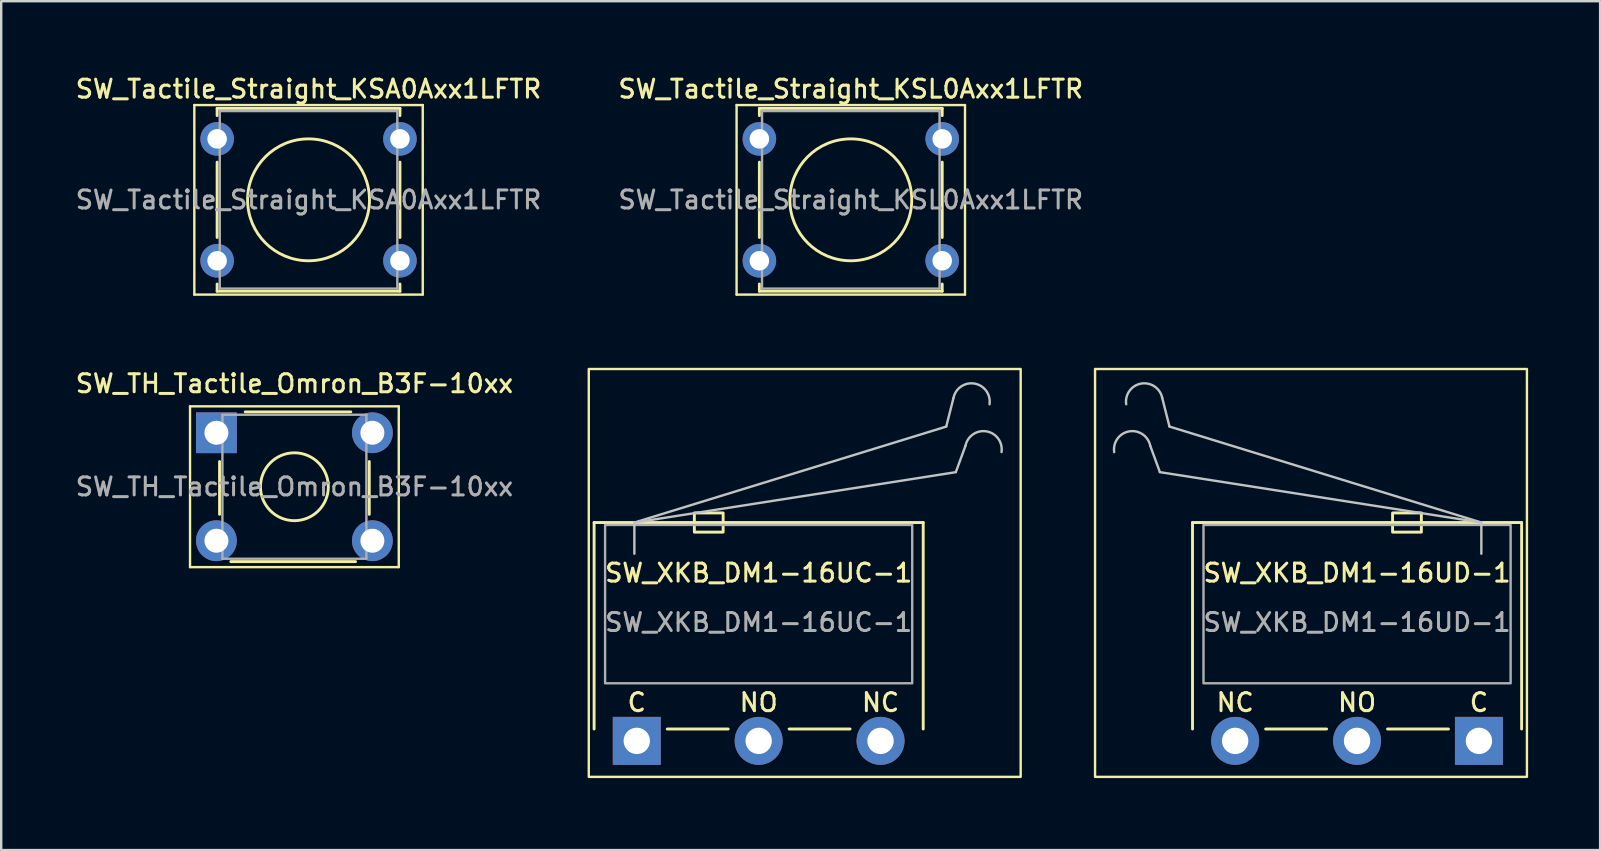
<source format=kicad_pcb>
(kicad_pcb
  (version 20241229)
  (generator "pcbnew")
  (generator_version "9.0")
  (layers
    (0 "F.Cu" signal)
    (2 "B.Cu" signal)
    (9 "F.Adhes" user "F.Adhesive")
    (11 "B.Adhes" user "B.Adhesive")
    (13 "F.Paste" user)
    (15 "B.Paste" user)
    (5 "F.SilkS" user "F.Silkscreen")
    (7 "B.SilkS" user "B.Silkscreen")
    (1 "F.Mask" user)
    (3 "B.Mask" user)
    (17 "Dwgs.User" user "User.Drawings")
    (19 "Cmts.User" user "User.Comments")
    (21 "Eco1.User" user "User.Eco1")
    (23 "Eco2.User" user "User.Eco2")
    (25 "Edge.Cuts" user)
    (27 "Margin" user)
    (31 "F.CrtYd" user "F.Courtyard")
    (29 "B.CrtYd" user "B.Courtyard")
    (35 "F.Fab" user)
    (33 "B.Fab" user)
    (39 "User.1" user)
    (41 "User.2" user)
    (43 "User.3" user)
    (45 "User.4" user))
  (footprint "SW_XKB_DM1-16UD-1"
    (layer "F.Cu")
    (at 58.589 27.828)
    (property "Reference" "SW_XKB_DM1-16UD-1" (at -5.08 -7 0) (unlocked yes) (layer "F.SilkS") (effects (font (size 0.75 0.75) (thickness 0.125))))
    (attr through_hole)
    (fp_line (start -11.938 -9.1) (end -11.938 -0.495) (stroke (width 0.12) (type solid)) (layer "F.SilkS"))
    (fp_line (start -8.89 -0.495) (end -6.35 -0.495) (stroke (width 0.12) (type solid)) (layer "F.SilkS"))
    (fp_line (start -1.27 -0.495) (end -3.81 -0.495) (stroke (width 0.12) (type solid)) (layer "F.SilkS"))
    (fp_line (start 1.778 -9.1) (end -11.938 -9.1) (stroke (width 0.12) (type solid)) (layer "F.SilkS"))
    (fp_line (start 1.778 -0.495) (end 1.778 -9.1) (stroke (width 0.12) (type solid)) (layer "F.SilkS"))
    (fp_rect (start -16 -15.5) (end 2 1.5) (stroke (width 0.1) (type solid)) (fill no) (layer "F.SilkS"))
    (fp_rect (start -3.6 -9.5) (end -2.4 -8.7) (stroke (width 0.12) (type solid)) (fill no) (layer "F.SilkS"))
    (fp_line (start -13.3 -11.208) (end -13.7 -12.3) (stroke (width 0.1) (type default)) (layer "Dwgs.User"))
    (fp_line (start -13.3 -11.2) (end 0.1 -9.1) (stroke (width 0.1) (type default)) (layer "Dwgs.User"))
    (fp_line (start -12.9 -13.108) (end -13.2 -14.292) (stroke (width 0.1) (type default)) (layer "Dwgs.User"))
    (fp_line (start 0.1 -9.1) (end -12.9 -13.1) (stroke (width 0.1) (type solid)) (layer "Dwgs.User"))
    (fp_line (start 0.1 -7.8) (end 0.1 -9.1) (stroke (width 0.1) (type default)) (layer "Dwgs.User"))
    (fp_arc (start -15.201691 -12.036627) (mid -14.57868 -12.897194) (end -13.7 -12.3) (stroke (width 0.1) (type default)) (layer "Dwgs.User"))
    (fp_arc (start -14.701691 -14.028713) (mid -14.07868 -14.88928) (end -13.2 -14.292086) (stroke (width 0.1) (type default)) (layer "Dwgs.User"))
    (fp_rect (start -11.48 -9) (end 1.32 -2.4) (stroke (width 0.1) (type default)) (fill no) (layer "F.Fab"))
    (fp_text user "C" (at 0 -1.6 0) (unlocked yes) (layer "F.SilkS") (effects (font (size 0.75 0.75) (thickness 0.125))))
    (fp_text user "NO" (at -5.08 -1.6 0) (unlocked yes) (layer "F.SilkS") (effects (font (size 0.75 0.75) (thickness 0.125))))
    (fp_text user "NC" (at -10.16 -1.6 0) (unlocked yes) (layer "F.SilkS") (effects (font (size 0.75 0.75) (thickness 0.125))))
    (fp_text user "${REFERENCE}" (at -5.08 -4.94 0) (unlocked yes) (layer "F.Fab") (effects (font (size 0.75 0.75) (thickness 0.125))))
    (pad "1" thru_hole rect (at 0 0) (size 2 2) (drill 1.1) (layers "*.Cu" "*.Mask"))
    (pad "2" thru_hole circle (at -5.08 0) (size 2 2) (drill 1.1) (layers "*.Cu" "*.Mask"))
    (pad "3" thru_hole circle (at -10.16 0) (size 2 2) (drill 1.1) (layers "*.Cu" "*.Mask")))
  (footprint "SW_Tactile_Straight_KSA0Axx1LFTR"
    (layer "F.Cu")
    (at 5.999 2.738)
    (property "Reference" "SW_Tactile_Straight_KSA0Axx1LFTR" (at 3.81 -2.08 0) (layer "F.SilkS") (effects (font (size 0.75 0.75) (thickness 0.125))))
    (attr through_hole)
    (fp_line (start -0.95 -1.41) (end -0.95 6.49) (stroke (width 0.1) (type solid)) (layer "F.SilkS"))
    (fp_line (start -0.95 -1.41) (end 8.57 -1.41) (stroke (width 0.1) (type solid)) (layer "F.SilkS"))
    (fp_line (start 0 -1.27) (end 0 -0.97) (stroke (width 0.12) (type solid)) (layer "F.SilkS"))
    (fp_line (start 0 -1.27) (end 7.62 -1.27) (stroke (width 0.12) (type solid)) (layer "F.SilkS"))
    (fp_line (start 0 0.97) (end 0 4.11) (stroke (width 0.12) (type solid)) (layer "F.SilkS"))
    (fp_line (start 0 6.05) (end 0 6.35) (stroke (width 0.12) (type solid)) (layer "F.SilkS"))
    (fp_line (start 7.62 -1.27) (end 7.62 -0.97) (stroke (width 0.12) (type solid)) (layer "F.SilkS"))
    (fp_line (start 7.62 0.97) (end 7.62 4.11) (stroke (width 0.12) (type solid)) (layer "F.SilkS"))
    (fp_line (start 7.62 6.05) (end 7.62 6.35) (stroke (width 0.12) (type solid)) (layer "F.SilkS"))
    (fp_line (start 7.62 6.35) (end 0 6.35) (stroke (width 0.12) (type solid)) (layer "F.SilkS"))
    (fp_line (start 8.57 6.49) (end -0.95 6.49) (stroke (width 0.1) (type solid)) (layer "F.SilkS"))
    (fp_line (start 8.57 6.49) (end 8.57 -1.41) (stroke (width 0.1) (type solid)) (layer "F.SilkS"))
    (fp_circle (center 3.81 2.54) (end 3.81 0) (stroke (width 0.12) (type solid)) (fill no) (layer "F.SilkS"))
    (fp_line (start 0.11 -1.16) (end 7.51 -1.16) (stroke (width 0.1) (type solid)) (layer "F.Fab"))
    (fp_line (start 0.11 6.24) (end 0.11 -1.16) (stroke (width 0.1) (type solid)) (layer "F.Fab"))
    (fp_line (start 7.51 -1.16) (end 7.51 6.24) (stroke (width 0.1) (type solid)) (layer "F.Fab"))
    (fp_line (start 7.51 6.24) (end 0.11 6.24) (stroke (width 0.1) (type solid)) (layer "F.Fab"))
    (fp_text user "${REFERENCE}" (at 3.81 2.54 0) (layer "F.Fab") (effects (font (size 0.75 0.75) (thickness 0.125))))
    (pad "1" thru_hole circle (at 0 0) (size 1.397 1.397) (drill 0.813) (layers "*.Cu" "*.Mask"))
    (pad "1" thru_hole circle (at 7.62 0) (size 1.397 1.397) (drill 0.813) (layers "*.Cu" "*.Mask"))
    (pad "2" thru_hole circle (at 0 5.08) (size 1.397 1.397) (drill 0.813) (layers "*.Cu" "*.Mask"))
    (pad "2" thru_hole circle (at 7.62 5.08) (size 1.397 1.397) (drill 0.813) (layers "*.Cu" "*.Mask")))
  (footprint "SW_Tactile_Straight_KSL0Axx1LFTR"
    (layer "F.Cu")
    (at 28.599 2.738)
    (property "Reference" "SW_Tactile_Straight_KSL0Axx1LFTR" (at 3.81 -2.08 0) (layer "F.SilkS") (effects (font (size 0.75 0.75) (thickness 0.125))))
    (attr through_hole)
    (fp_line (start -0.95 -1.41) (end -0.95 6.49) (stroke (width 0.1) (type solid)) (layer "F.SilkS"))
    (fp_line (start -0.95 -1.41) (end 8.57 -1.41) (stroke (width 0.1) (type solid)) (layer "F.SilkS"))
    (fp_line (start 0 -1.27) (end 0 -0.97) (stroke (width 0.12) (type solid)) (layer "F.SilkS"))
    (fp_line (start 0 -1.27) (end 7.62 -1.27) (stroke (width 0.12) (type solid)) (layer "F.SilkS"))
    (fp_line (start 0 0.97) (end 0 4.11) (stroke (width 0.12) (type solid)) (layer "F.SilkS"))
    (fp_line (start 0 6.05) (end 0 6.35) (stroke (width 0.12) (type solid)) (layer "F.SilkS"))
    (fp_line (start 7.62 -1.27) (end 7.62 -0.97) (stroke (width 0.12) (type solid)) (layer "F.SilkS"))
    (fp_line (start 7.62 0.97) (end 7.62 4.11) (stroke (width 0.12) (type solid)) (layer "F.SilkS"))
    (fp_line (start 7.62 6.05) (end 7.62 6.35) (stroke (width 0.12) (type solid)) (layer "F.SilkS"))
    (fp_line (start 7.62 6.35) (end 0 6.35) (stroke (width 0.12) (type solid)) (layer "F.SilkS"))
    (fp_line (start 8.57 6.49) (end -0.95 6.49) (stroke (width 0.1) (type solid)) (layer "F.SilkS"))
    (fp_line (start 8.57 6.49) (end 8.57 -1.41) (stroke (width 0.1) (type solid)) (layer "F.SilkS"))
    (fp_circle (center 3.81 2.54) (end 3.81 0) (stroke (width 0.12) (type solid)) (fill no) (layer "F.SilkS"))
    (fp_line (start 0.11 -1.16) (end 7.51 -1.16) (stroke (width 0.1) (type solid)) (layer "F.Fab"))
    (fp_line (start 0.11 6.24) (end 0.11 -1.16) (stroke (width 0.1) (type solid)) (layer "F.Fab"))
    (fp_line (start 7.51 -1.16) (end 7.51 6.24) (stroke (width 0.1) (type solid)) (layer "F.Fab"))
    (fp_line (start 7.51 6.24) (end 0.11 6.24) (stroke (width 0.1) (type solid)) (layer "F.Fab"))
    (fp_text user "${REFERENCE}" (at 3.81 2.54 0) (layer "F.Fab") (effects (font (size 0.75 0.75) (thickness 0.125))))
    (pad "1" thru_hole circle (at 0 0) (size 1.397 1.397) (drill 0.813) (layers "*.Cu" "*.Mask"))
    (pad "1" thru_hole circle (at 7.62 0) (size 1.397 1.397) (drill 0.813) (layers "*.Cu" "*.Mask"))
    (pad "2" thru_hole circle (at 0 5.08) (size 1.397 1.397) (drill 0.813) (layers "*.Cu" "*.Mask"))
    (pad "2" thru_hole circle (at 7.62 5.08) (size 1.397 1.397) (drill 0.813) (layers "*.Cu" "*.Mask")))
  (footprint "SW_XKB_DM1-16UC-1"
    (layer "F.Cu")
    (at 23.489 27.828)
    (property "Reference" "SW_XKB_DM1-16UC-1" (at 5.08 -7 0) (unlocked yes) (layer "F.SilkS") (effects (font (size 0.75 0.75) (thickness 0.125))))
    (attr through_hole)
    (fp_line (start -1.778 -9.1) (end -1.778 -0.495) (stroke (width 0.12) (type solid)) (layer "F.SilkS"))
    (fp_line (start 1.27 -0.495) (end 3.81 -0.495) (stroke (width 0.12) (type solid)) (layer "F.SilkS"))
    (fp_line (start 8.89 -0.495) (end 6.35 -0.495) (stroke (width 0.12) (type solid)) (layer "F.SilkS"))
    (fp_line (start 11.938 -9.1) (end -1.778 -9.1) (stroke (width 0.12) (type solid)) (layer "F.SilkS"))
    (fp_line (start 11.938 -0.495) (end 11.938 -9.1) (stroke (width 0.12) (type solid)) (layer "F.SilkS"))
    (fp_rect (start -2 -15.5) (end 16 1.5) (stroke (width 0.1) (type solid)) (fill no) (layer "F.SilkS"))
    (fp_rect (start 3.6 -9.5) (end 2.4 -8.7) (stroke (width 0.12) (type solid)) (fill no) (layer "F.SilkS"))
    (fp_line (start -0.1 -9.1) (end 12.9 -13.1) (stroke (width 0.1) (type solid)) (layer "Dwgs.User"))
    (fp_line (start -0.1 -7.8) (end -0.1 -9.1) (stroke (width 0.1) (type default)) (layer "Dwgs.User"))
    (fp_line (start 12.9 -13.108) (end 13.2 -14.292) (stroke (width 0.1) (type default)) (layer "Dwgs.User"))
    (fp_line (start 13.3 -11.208) (end 13.7 -12.3) (stroke (width 0.1) (type default)) (layer "Dwgs.User"))
    (fp_line (start 13.3 -11.2) (end -0.1 -9.1) (stroke (width 0.1) (type default)) (layer "Dwgs.User"))
    (fp_arc (start 13.2 -14.292086) (mid 14.07868 -14.889279) (end 14.701691 -14.028713) (stroke (width 0.1) (type default)) (layer "Dwgs.User"))
    (fp_arc (start 13.7 -12.3) (mid 14.57868 -12.897193) (end 15.201691 -12.036627) (stroke (width 0.1) (type default)) (layer "Dwgs.User"))
    (fp_rect (start -1.32 -9) (end 11.48 -2.4) (stroke (width 0.1) (type default)) (fill no) (layer "F.Fab"))
    (fp_text user "NO" (at 5.08 -1.6 0) (unlocked yes) (layer "F.SilkS") (effects (font (size 0.75 0.75) (thickness 0.125))))
    (fp_text user "NC" (at 10.16 -1.6 0) (unlocked yes) (layer "F.SilkS") (effects (font (size 0.75 0.75) (thickness 0.125))))
    (fp_text user "C" (at 0 -1.6 0) (unlocked yes) (layer "F.SilkS") (effects (font (size 0.75 0.75) (thickness 0.125))))
    (fp_text user "${REFERENCE}" (at 5.08 -4.94 0) (unlocked yes) (layer "F.Fab") (effects (font (size 0.75 0.75) (thickness 0.125))))
    (pad "1" thru_hole rect (at 0 0) (size 2 2) (drill 1.1) (layers "*.Cu" "*.Mask"))
    (pad "2" thru_hole circle (at 5.08 0) (size 2 2) (drill 1.1) (layers "*.Cu" "*.Mask"))
    (pad "3" thru_hole circle (at 10.16 0) (size 2 2) (drill 1.1) (layers "*.Cu" "*.Mask")))
  (footprint "SW_TH_Tactile_Omron_B3F-10xx"
    (layer "F.Cu")
    (at 5.97 14.986)
    (property "Reference" "SW_TH_Tactile_Omron_B3F-10xx" (at 3.25 -2.05 0) (layer "F.SilkS") (effects (font (size 0.75 0.75) (thickness 0.125))))
    (attr through_hole)
    (fp_line (start -1.1 -1.1) (end -1.1 5.6) (stroke (width 0.1) (type solid)) (layer "F.SilkS"))
    (fp_line (start -1.1 -1.1) (end 7.6 -1.1) (stroke (width 0.1) (type solid)) (layer "F.SilkS"))
    (fp_line (start -1.1 5.6) (end 7.6 5.6) (stroke (width 0.1) (type solid)) (layer "F.SilkS"))
    (fp_line (start 0.13 3.4) (end 0.13 1.2) (stroke (width 0.12) (type solid)) (layer "F.SilkS"))
    (fp_line (start 0.6 5.37) (end 5.8 5.37) (stroke (width 0.12) (type solid)) (layer "F.SilkS"))
    (fp_line (start 1.2 -0.87) (end 5.6 -0.87) (stroke (width 0.12) (type solid)) (layer "F.SilkS"))
    (fp_line (start 6.37 1.2) (end 6.37 3.4) (stroke (width 0.12) (type solid)) (layer "F.SilkS"))
    (fp_line (start 7.6 5.6) (end 7.6 -1.1) (stroke (width 0.1) (type solid)) (layer "F.SilkS"))
    (fp_circle (center 3.25 2.25) (end 4.25 3.25) (stroke (width 0.12) (type solid)) (fill no) (layer "F.SilkS"))
    (fp_line (start 0.25 -0.75) (end 0.25 5.25) (stroke (width 0.1) (type solid)) (layer "F.Fab"))
    (fp_line (start 0.25 -0.75) (end 6.25 -0.75) (stroke (width 0.1) (type solid)) (layer "F.Fab"))
    (fp_line (start 0.25 5.25) (end 6.25 5.25) (stroke (width 0.1) (type solid)) (layer "F.Fab"))
    (fp_line (start 6.25 -0.75) (end 6.25 5.25) (stroke (width 0.1) (type solid)) (layer "F.Fab"))
    (fp_text user "${REFERENCE}" (at 3.25 2.25 0) (layer "F.Fab") (effects (font (size 0.75 0.75) (thickness 0.125))))
    (pad "1" thru_hole rect (at 0 0) (size 1.7 1.7) (drill 1) (layers "*.Cu" "*.Mask"))
    (pad "1" thru_hole circle (at 6.5 0) (size 1.7 1.7) (drill 1) (layers "*.Cu" "*.Mask"))
    (pad "2" thru_hole circle (at 0 4.5) (size 1.7 1.7) (drill 1) (layers "*.Cu" "*.Mask"))
    (pad "2" thru_hole circle (at 6.5 4.5) (size 1.7 1.7) (drill 1) (layers "*.Cu" "*.Mask")))
  (gr_rect
    (start -3 -3)
    (end 63.639 32.378)
    (stroke (width 0.1) (type default))
    (fill no)
    (layer "Edge.Cuts")))
</source>
